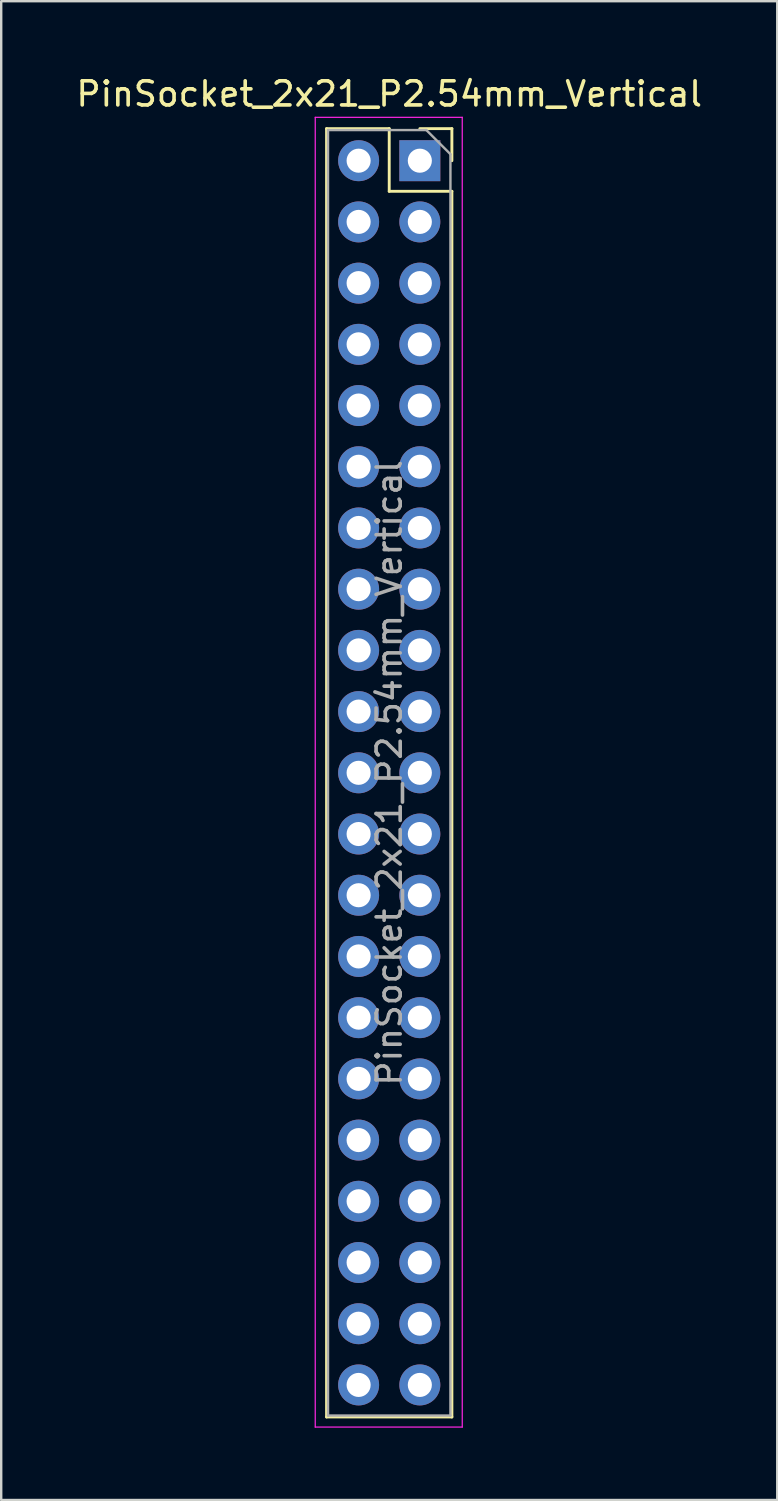
<source format=kicad_pcb>
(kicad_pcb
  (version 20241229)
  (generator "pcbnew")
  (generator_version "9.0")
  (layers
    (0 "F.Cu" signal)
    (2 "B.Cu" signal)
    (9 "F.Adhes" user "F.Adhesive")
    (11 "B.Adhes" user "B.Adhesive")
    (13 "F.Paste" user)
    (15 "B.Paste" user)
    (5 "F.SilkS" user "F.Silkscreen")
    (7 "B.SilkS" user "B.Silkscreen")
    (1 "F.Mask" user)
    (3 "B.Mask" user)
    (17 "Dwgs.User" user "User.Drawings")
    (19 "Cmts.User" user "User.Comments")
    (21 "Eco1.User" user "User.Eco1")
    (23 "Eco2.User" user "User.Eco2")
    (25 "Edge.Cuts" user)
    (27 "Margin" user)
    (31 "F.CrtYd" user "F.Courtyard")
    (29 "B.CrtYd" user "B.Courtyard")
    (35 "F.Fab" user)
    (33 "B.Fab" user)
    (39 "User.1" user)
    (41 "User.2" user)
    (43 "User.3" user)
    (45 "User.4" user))
  (footprint "PinSocket_2x21_P2.54mm_Vertical"
    (layer "F.Cu")
    (at 14.371 3.618)
    (property "Reference" "PinSocket_2x21_P2.54mm_Vertical" (at -1.27 -2.77 0) (layer "F.SilkS") (effects (font (size 1 1) (thickness 0.15))))
    (attr through_hole)
    (fp_line (start -3.87 -1.33) (end -3.87 52.13) (stroke (width 0.12) (type solid)) (layer "F.SilkS"))
    (fp_line (start -3.87 -1.33) (end -1.27 -1.33) (stroke (width 0.12) (type solid)) (layer "F.SilkS"))
    (fp_line (start -3.87 52.13) (end 1.33 52.13) (stroke (width 0.12) (type solid)) (layer "F.SilkS"))
    (fp_line (start -1.27 -1.33) (end -1.27 1.27) (stroke (width 0.12) (type solid)) (layer "F.SilkS"))
    (fp_line (start -1.27 1.27) (end 1.33 1.27) (stroke (width 0.12) (type solid)) (layer "F.SilkS"))
    (fp_line (start 0 -1.33) (end 1.33 -1.33) (stroke (width 0.12) (type solid)) (layer "F.SilkS"))
    (fp_line (start 1.33 -1.33) (end 1.33 0) (stroke (width 0.12) (type solid)) (layer "F.SilkS"))
    (fp_line (start 1.33 1.27) (end 1.33 52.13) (stroke (width 0.12) (type solid)) (layer "F.SilkS"))
    (fp_line (start -4.34 -1.8) (end 1.76 -1.8) (stroke (width 0.05) (type solid)) (layer "F.CrtYd"))
    (fp_line (start -4.34 52.55) (end -4.34 -1.8) (stroke (width 0.05) (type solid)) (layer "F.CrtYd"))
    (fp_line (start 1.76 -1.8) (end 1.76 52.55) (stroke (width 0.05) (type solid)) (layer "F.CrtYd"))
    (fp_line (start 1.76 52.55) (end -4.34 52.55) (stroke (width 0.05) (type solid)) (layer "F.CrtYd"))
    (fp_line (start -3.81 -1.27) (end 0.27 -1.27) (stroke (width 0.1) (type solid)) (layer "F.Fab"))
    (fp_line (start -3.81 52.07) (end -3.81 -1.27) (stroke (width 0.1) (type solid)) (layer "F.Fab"))
    (fp_line (start 0.27 -1.27) (end 1.27 -0.27) (stroke (width 0.1) (type solid)) (layer "F.Fab"))
    (fp_line (start 1.27 -0.27) (end 1.27 52.07) (stroke (width 0.1) (type solid)) (layer "F.Fab"))
    (fp_line (start 1.27 52.07) (end -3.81 52.07) (stroke (width 0.1) (type solid)) (layer "F.Fab"))
    (fp_text user "${REFERENCE}" (at -1.27 25.4 90) (layer "F.Fab") (effects (font (size 1 1) (thickness 0.15))))
    (pad "1" thru_hole rect (at 0 0) (size 1.7 1.7) (drill 1) (layers "*.Cu" "*.Mask"))
    (pad "2" thru_hole circle (at -2.54 0) (size 1.7 1.7) (drill 1) (layers "*.Cu" "*.Mask"))
    (pad "3" thru_hole circle (at 0 2.54) (size 1.7 1.7) (drill 1) (layers "*.Cu" "*.Mask"))
    (pad "4" thru_hole circle (at -2.54 2.54) (size 1.7 1.7) (drill 1) (layers "*.Cu" "*.Mask"))
    (pad "5" thru_hole circle (at 0 5.08) (size 1.7 1.7) (drill 1) (layers "*.Cu" "*.Mask"))
    (pad "6" thru_hole circle (at -2.54 5.08) (size 1.7 1.7) (drill 1) (layers "*.Cu" "*.Mask"))
    (pad "7" thru_hole circle (at 0 7.62) (size 1.7 1.7) (drill 1) (layers "*.Cu" "*.Mask"))
    (pad "8" thru_hole circle (at -2.54 7.62) (size 1.7 1.7) (drill 1) (layers "*.Cu" "*.Mask"))
    (pad "9" thru_hole circle (at 0 10.16) (size 1.7 1.7) (drill 1) (layers "*.Cu" "*.Mask"))
    (pad "10" thru_hole circle (at -2.54 10.16) (size 1.7 1.7) (drill 1) (layers "*.Cu" "*.Mask"))
    (pad "11" thru_hole circle (at 0 12.7) (size 1.7 1.7) (drill 1) (layers "*.Cu" "*.Mask"))
    (pad "12" thru_hole circle (at -2.54 12.7) (size 1.7 1.7) (drill 1) (layers "*.Cu" "*.Mask"))
    (pad "13" thru_hole circle (at 0 15.24) (size 1.7 1.7) (drill 1) (layers "*.Cu" "*.Mask"))
    (pad "14" thru_hole circle (at -2.54 15.24) (size 1.7 1.7) (drill 1) (layers "*.Cu" "*.Mask"))
    (pad "15" thru_hole circle (at 0 17.78) (size 1.7 1.7) (drill 1) (layers "*.Cu" "*.Mask"))
    (pad "16" thru_hole circle (at -2.54 17.78) (size 1.7 1.7) (drill 1) (layers "*.Cu" "*.Mask"))
    (pad "17" thru_hole circle (at 0 20.32) (size 1.7 1.7) (drill 1) (layers "*.Cu" "*.Mask"))
    (pad "18" thru_hole circle (at -2.54 20.32) (size 1.7 1.7) (drill 1) (layers "*.Cu" "*.Mask"))
    (pad "19" thru_hole circle (at 0 22.86) (size 1.7 1.7) (drill 1) (layers "*.Cu" "*.Mask"))
    (pad "20" thru_hole circle (at -2.54 22.86) (size 1.7 1.7) (drill 1) (layers "*.Cu" "*.Mask"))
    (pad "21" thru_hole circle (at 0 25.4) (size 1.7 1.7) (drill 1) (layers "*.Cu" "*.Mask"))
    (pad "22" thru_hole circle (at -2.54 25.4) (size 1.7 1.7) (drill 1) (layers "*.Cu" "*.Mask"))
    (pad "23" thru_hole circle (at 0 27.94) (size 1.7 1.7) (drill 1) (layers "*.Cu" "*.Mask"))
    (pad "24" thru_hole circle (at -2.54 27.94) (size 1.7 1.7) (drill 1) (layers "*.Cu" "*.Mask"))
    (pad "25" thru_hole circle (at 0 30.48) (size 1.7 1.7) (drill 1) (layers "*.Cu" "*.Mask"))
    (pad "26" thru_hole circle (at -2.54 30.48) (size 1.7 1.7) (drill 1) (layers "*.Cu" "*.Mask"))
    (pad "27" thru_hole circle (at 0 33.02) (size 1.7 1.7) (drill 1) (layers "*.Cu" "*.Mask"))
    (pad "28" thru_hole circle (at -2.54 33.02) (size 1.7 1.7) (drill 1) (layers "*.Cu" "*.Mask"))
    (pad "29" thru_hole circle (at 0 35.56) (size 1.7 1.7) (drill 1) (layers "*.Cu" "*.Mask"))
    (pad "30" thru_hole circle (at -2.54 35.56) (size 1.7 1.7) (drill 1) (layers "*.Cu" "*.Mask"))
    (pad "31" thru_hole circle (at 0 38.1) (size 1.7 1.7) (drill 1) (layers "*.Cu" "*.Mask"))
    (pad "32" thru_hole circle (at -2.54 38.1) (size 1.7 1.7) (drill 1) (layers "*.Cu" "*.Mask"))
    (pad "33" thru_hole circle (at 0 40.64) (size 1.7 1.7) (drill 1) (layers "*.Cu" "*.Mask"))
    (pad "34" thru_hole circle (at -2.54 40.64) (size 1.7 1.7) (drill 1) (layers "*.Cu" "*.Mask"))
    (pad "35" thru_hole circle (at 0 43.18) (size 1.7 1.7) (drill 1) (layers "*.Cu" "*.Mask"))
    (pad "36" thru_hole circle (at -2.54 43.18) (size 1.7 1.7) (drill 1) (layers "*.Cu" "*.Mask"))
    (pad "37" thru_hole circle (at 0 45.72) (size 1.7 1.7) (drill 1) (layers "*.Cu" "*.Mask"))
    (pad "38" thru_hole circle (at -2.54 45.72) (size 1.7 1.7) (drill 1) (layers "*.Cu" "*.Mask"))
    (pad "39" thru_hole circle (at 0 48.26) (size 1.7 1.7) (drill 1) (layers "*.Cu" "*.Mask"))
    (pad "40" thru_hole circle (at -2.54 48.26) (size 1.7 1.7) (drill 1) (layers "*.Cu" "*.Mask"))
    (pad "41" thru_hole circle (at 0 50.8) (size 1.7 1.7) (drill 1) (layers "*.Cu" "*.Mask"))
    (pad "42" thru_hole circle (at -2.54 50.8) (size 1.7 1.7) (drill 1) (layers "*.Cu" "*.Mask")))
  (gr_rect
    (start -3 -3)
    (end 29.202 59.193)
    (stroke (width 0.1) (type default))
    (fill no)
    (layer "Edge.Cuts")))
</source>
